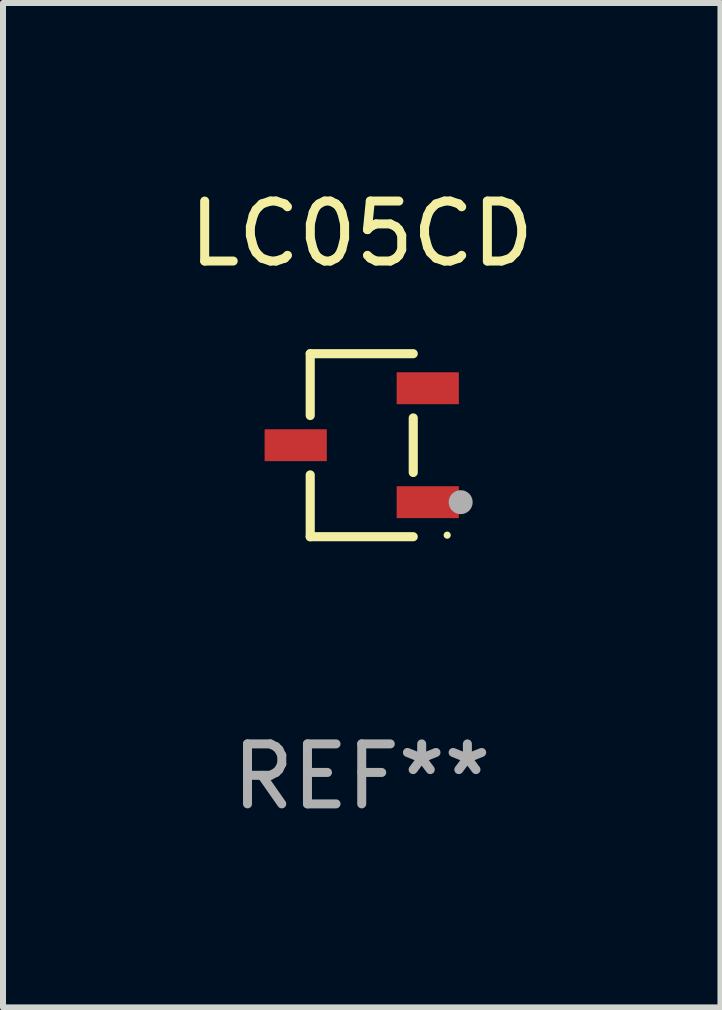
<source format=kicad_pcb>
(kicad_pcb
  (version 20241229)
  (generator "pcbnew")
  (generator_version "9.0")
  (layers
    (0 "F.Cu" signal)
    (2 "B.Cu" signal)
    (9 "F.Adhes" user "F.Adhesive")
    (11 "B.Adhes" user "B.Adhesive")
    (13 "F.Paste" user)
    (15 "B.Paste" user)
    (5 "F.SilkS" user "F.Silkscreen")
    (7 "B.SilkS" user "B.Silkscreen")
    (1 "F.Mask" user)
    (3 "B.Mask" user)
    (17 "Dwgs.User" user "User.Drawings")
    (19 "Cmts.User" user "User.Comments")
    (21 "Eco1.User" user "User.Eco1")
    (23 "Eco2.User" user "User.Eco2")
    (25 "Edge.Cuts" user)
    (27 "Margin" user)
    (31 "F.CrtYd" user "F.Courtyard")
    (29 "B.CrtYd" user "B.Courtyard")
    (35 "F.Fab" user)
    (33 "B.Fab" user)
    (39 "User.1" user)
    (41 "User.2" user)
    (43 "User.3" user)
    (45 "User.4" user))
  (footprint "LC05CD"
    (layer "F.Cu")
    (at 2.982 4.374)
    (property "Reference" "LC05CD" (at 0 -3.526 0) (layer "F.SilkS") (effects (font (size 1 1) (thickness 0.15))))
    (attr through_hole)
    (fp_line (start -0.859 -1.526) (end -0.859 -0.495) (stroke (width 0.152) (type solid)) (layer "F.SilkS"))
    (fp_line (start -0.859 1.526) (end -0.859 0.495) (stroke (width 0.152) (type solid)) (layer "F.SilkS"))
    (fp_line (start 0.859 -1.526) (end -0.859 -1.526) (stroke (width 0.152) (type solid)) (layer "F.SilkS"))
    (fp_line (start 0.859 -0.455) (end 0.859 0.455) (stroke (width 0.152) (type solid)) (layer "F.SilkS"))
    (fp_line (start 0.859 1.526) (end -0.859 1.526) (stroke (width 0.152) (type solid)) (layer "F.SilkS"))
    (fp_circle (center 1.425 1.5) (end 1.455 1.5) (stroke (width 0.06) (type solid)) (fill no) (layer "F.SilkS"))
    (fp_circle (center 1.65 0.95) (end 1.75 0.95) (stroke (width 0.2) (type solid)) (fill no) (layer "F.Fab"))
    (fp_text user "REF**" (at 0 5.526 0) (layer "F.Fab") (effects (font (size 1 1) (thickness 0.15))))
    (pad "1" smd rect (at 1.101 0.95) (size 1.037 0.532) (layers "F.Cu" "F.Mask" "F.Paste"))
    (pad "2" smd rect (at 1.101 -0.95) (size 1.037 0.532) (layers "F.Cu" "F.Mask" "F.Paste"))
    (pad "3" smd rect (at -1.101 0) (size 1.037 0.532) (layers "F.Cu" "F.Mask" "F.Paste")))
  (gr_rect
    (start -3 -3)
    (end 8.964 13.749)
    (stroke (width 0.1) (type default))
    (fill no)
    (layer "Edge.Cuts")))
</source>
